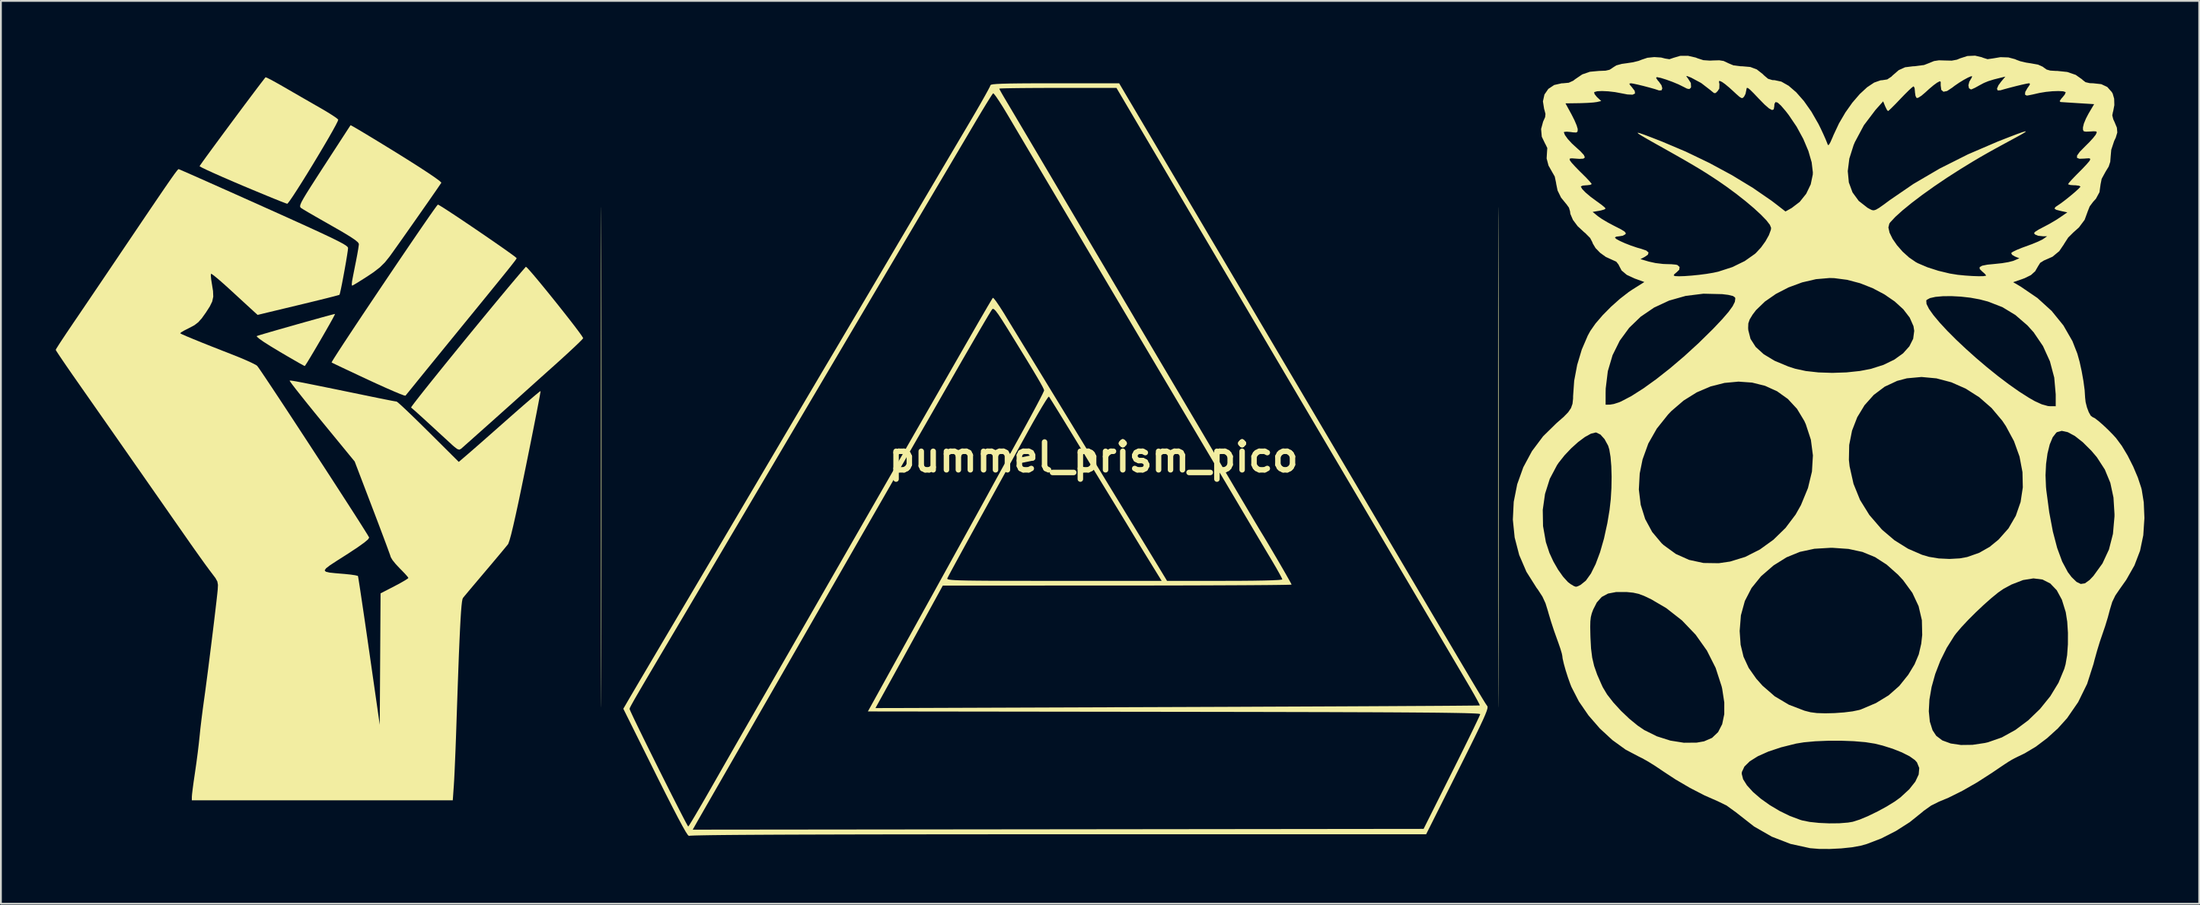
<source format=kicad_pcb>
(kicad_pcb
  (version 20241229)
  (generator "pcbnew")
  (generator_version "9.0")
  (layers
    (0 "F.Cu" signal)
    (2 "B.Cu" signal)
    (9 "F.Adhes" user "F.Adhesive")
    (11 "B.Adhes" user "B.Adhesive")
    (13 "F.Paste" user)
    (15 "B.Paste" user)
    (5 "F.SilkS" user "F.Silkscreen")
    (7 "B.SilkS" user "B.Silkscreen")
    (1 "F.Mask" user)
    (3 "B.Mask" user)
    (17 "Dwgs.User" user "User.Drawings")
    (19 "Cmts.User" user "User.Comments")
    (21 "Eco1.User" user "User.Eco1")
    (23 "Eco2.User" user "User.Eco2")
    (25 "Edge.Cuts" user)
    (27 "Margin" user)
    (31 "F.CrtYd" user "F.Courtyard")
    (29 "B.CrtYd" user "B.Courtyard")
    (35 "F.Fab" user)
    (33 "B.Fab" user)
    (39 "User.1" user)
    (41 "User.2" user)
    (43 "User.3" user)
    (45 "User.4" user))
  (footprint "pummel_prism_pico"
    (layer "F.Cu")
    (at 56.811 22.002)
    (property "Reference" "pummel_prism_pico" (at 0 0 0) (layer "F.SilkS") (effects (font (size 1.524 1.524) (thickness 0.3))))
    (attr board_only exclude_from_pos_files exclude_from_bom)
    (fp_poly (pts (xy -41.522 -7.851) (xy -41.555 -7.775) (xy -41.658 -7.58) (xy -41.817 -7.294) (xy -42.016 -6.944) (xy -42.238 -6.558) (xy -42.468 -6.163) (xy -42.69 -5.786) (xy -42.888 -5.454) (xy -43.046 -5.195) (xy -43.149 -5.035) (xy -43.18 -4.997) (xy -43.263 -5.037) (xy -43.468 -5.151) (xy -43.771 -5.325) (xy -44.149 -5.544) (xy -44.576 -5.795) (xy -45.062 -6.089) (xy -45.436 -6.327) (xy -45.686 -6.504) (xy -45.804 -6.612) (xy -45.803 -6.642) (xy -45.669 -6.685) (xy -45.408 -6.763) (xy -45.046 -6.869) (xy -44.609 -6.995) (xy -44.122 -7.134) (xy -43.612 -7.279) (xy -43.105 -7.422) (xy -42.627 -7.555) (xy -42.204 -7.673) (xy -41.862 -7.766) (xy -41.626 -7.828) (xy -41.524 -7.851)) (stroke (width 0) (type solid)) (fill yes) (layer "F.SilkS"))
    (fp_poly (pts (xy -26.953 -13.658) (xy -26.952 -13.441) (xy -26.95 -13.067) (xy -26.948 -12.531) (xy -26.947 -11.832) (xy -26.945 -11.113) (xy -26.942 -9.471) (xy -26.94 -7.689) (xy -26.938 -5.795) (xy -26.937 -3.818) (xy -26.936 -1.787) (xy -26.936 0.268) (xy -26.937 2.32) (xy -26.937 4.34) (xy -26.939 6.297) (xy -26.941 8.165) (xy -26.943 9.913) (xy -26.945 11.113) (xy -26.947 11.952) (xy -26.949 12.626) (xy -26.95 13.136) (xy -26.952 13.486) (xy -26.954 13.678) (xy -26.955 13.716) (xy -26.957 13.603) (xy -26.958 13.341) (xy -26.959 12.934) (xy -26.961 12.384) (xy -26.962 11.695) (xy -26.963 10.869) (xy -26.964 9.91) (xy -26.965 8.82) (xy -26.965 7.603) (xy -26.966 6.261) (xy -26.966 4.798) (xy -26.967 3.216) (xy -26.967 1.519) (xy -26.967 0) (xy -26.967 -1.793) (xy -26.967 -3.472) (xy -26.966 -5.035) (xy -26.966 -6.48) (xy -26.965 -7.802) (xy -26.964 -9) (xy -26.964 -10.069) (xy -26.963 -11.007) (xy -26.962 -11.812) (xy -26.96 -12.479) (xy -26.959 -13.007) (xy -26.958 -13.392) (xy -26.956 -13.63) (xy -26.955 -13.72)) (stroke (width 0) (type solid)) (fill yes) (layer "F.SilkS"))
    (fp_poly (pts (xy 22.153 -13.658) (xy 22.155 -13.441) (xy 22.157 -13.067) (xy 22.158 -12.531) (xy 22.16 -11.832) (xy 22.161 -11.113) (xy 22.164 -9.471) (xy 22.167 -7.689) (xy 22.168 -5.795) (xy 22.17 -3.818) (xy 22.17 -1.787) (xy 22.17 0.268) (xy 22.17 2.32) (xy 22.169 4.34) (xy 22.168 6.297) (xy 22.166 8.165) (xy 22.164 9.913) (xy 22.161 11.113) (xy 22.16 11.952) (xy 22.158 12.626) (xy 22.156 13.136) (xy 22.155 13.486) (xy 22.153 13.678) (xy 22.151 13.716) (xy 22.15 13.603) (xy 22.149 13.341) (xy 22.147 12.934) (xy 22.146 12.384) (xy 22.145 11.695) (xy 22.144 10.869) (xy 22.143 9.91) (xy 22.142 8.82) (xy 22.141 7.603) (xy 22.141 6.261) (xy 22.14 4.798) (xy 22.14 3.216) (xy 22.14 1.519) (xy 22.14 0) (xy 22.14 -1.793) (xy 22.14 -3.472) (xy 22.14 -5.035) (xy 22.141 -6.48) (xy 22.141 -7.802) (xy 22.142 -9) (xy 22.143 -10.069) (xy 22.144 -11.007) (xy 22.145 -11.812) (xy 22.146 -12.479) (xy 22.147 -13.007) (xy 22.149 -13.392) (xy 22.15 -13.63) (xy 22.152 -13.72)) (stroke (width 0) (type solid)) (fill yes) (layer "F.SilkS"))
    (fp_poly (pts (xy -45.248 -20.792) (xy -45.05 -20.693) (xy -44.762 -20.536) (xy -44.41 -20.337) (xy -44.303 -20.275) (xy -43.814 -19.992) (xy -43.262 -19.673) (xy -42.721 -19.362) (xy -42.346 -19.147) (xy -41.984 -18.935) (xy -41.678 -18.744) (xy -41.458 -18.595) (xy -41.352 -18.505) (xy -41.347 -18.498) (xy -41.379 -18.401) (xy -41.489 -18.183) (xy -41.663 -17.866) (xy -41.888 -17.471) (xy -42.153 -17.019) (xy -42.443 -16.531) (xy -42.746 -16.028) (xy -43.049 -15.533) (xy -43.339 -15.066) (xy -43.604 -14.649) (xy -43.829 -14.303) (xy -44.003 -14.049) (xy -44.112 -13.909) (xy -44.14 -13.888) (xy -44.24 -13.921) (xy -44.476 -14.012) (xy -44.827 -14.153) (xy -45.274 -14.336) (xy -45.797 -14.552) (xy -46.375 -14.794) (xy -46.587 -14.883) (xy -47.175 -15.134) (xy -47.709 -15.366) (xy -48.17 -15.571) (xy -48.54 -15.74) (xy -48.798 -15.864) (xy -48.926 -15.936) (xy -48.936 -15.947) (xy -48.888 -16.022) (xy -48.752 -16.215) (xy -48.542 -16.506) (xy -48.271 -16.877) (xy -47.954 -17.308) (xy -47.605 -17.782) (xy -47.236 -18.28) (xy -46.862 -18.784) (xy -46.497 -19.274) (xy -46.154 -19.732) (xy -45.848 -20.139) (xy -45.591 -20.478) (xy -45.398 -20.728) (xy -45.326 -20.82)) (stroke (width 0) (type solid)) (fill yes) (layer "F.SilkS"))
    (fp_poly (pts (xy -31.014 -10.388) (xy -30.864 -10.225) (xy -30.642 -9.968) (xy -30.363 -9.635) (xy -30.045 -9.248) (xy -29.702 -8.825) (xy -29.35 -8.387) (xy -29.006 -7.952) (xy -28.684 -7.542) (xy -28.401 -7.175) (xy -28.173 -6.871) (xy -28.015 -6.65) (xy -27.943 -6.533) (xy -27.94 -6.522) (xy -28.001 -6.447) (xy -28.171 -6.276) (xy -28.434 -6.025) (xy -28.773 -5.709) (xy -29.171 -5.345) (xy -29.527 -5.024) (xy -29.984 -4.615) (xy -30.417 -4.227) (xy -30.805 -3.878) (xy -31.125 -3.59) (xy -31.357 -3.381) (xy -31.454 -3.293) (xy -31.624 -3.14) (xy -31.884 -2.906) (xy -32.214 -2.611) (xy -32.59 -2.274) (xy -32.99 -1.917) (xy -33.391 -1.559) (xy -33.772 -1.22) (xy -34.109 -0.919) (xy -34.381 -0.678) (xy -34.564 -0.515) (xy -34.629 -0.459) (xy -34.723 -0.414) (xy -34.84 -0.453) (xy -35.02 -0.594) (xy -35.096 -0.662) (xy -35.284 -0.835) (xy -35.562 -1.091) (xy -35.898 -1.399) (xy -36.256 -1.73) (xy -36.355 -1.82) (xy -36.685 -2.123) (xy -36.975 -2.386) (xy -37.2 -2.587) (xy -37.336 -2.704) (xy -37.361 -2.722) (xy -37.32 -2.792) (xy -37.181 -2.978) (xy -36.957 -3.268) (xy -36.659 -3.646) (xy -36.297 -4.1) (xy -35.883 -4.615) (xy -35.428 -5.179) (xy -34.943 -5.776) (xy -34.44 -6.394) (xy -33.929 -7.019) (xy -33.421 -7.637) (xy -32.929 -8.234) (xy -32.463 -8.797) (xy -32.034 -9.312) (xy -31.654 -9.764) (xy -31.333 -10.142) (xy -31.083 -10.429) (xy -31.076 -10.437)) (stroke (width 0) (type solid)) (fill yes) (layer "F.SilkS"))
    (fp_poly (pts (xy -35.801 -13.797) (xy -35.594 -13.669) (xy -35.292 -13.474) (xy -34.914 -13.225) (xy -34.482 -12.936) (xy -34.018 -12.623) (xy -33.541 -12.298) (xy -33.073 -11.977) (xy -32.634 -11.673) (xy -32.246 -11.402) (xy -31.929 -11.176) (xy -31.704 -11.011) (xy -31.593 -10.92) (xy -31.584 -10.908) (xy -31.589 -10.889) (xy -31.61 -10.851) (xy -31.656 -10.785) (xy -31.735 -10.681) (xy -31.853 -10.529) (xy -32.019 -10.32) (xy -32.241 -10.044) (xy -32.527 -9.69) (xy -32.885 -9.25) (xy -33.321 -8.713) (xy -33.845 -8.07) (xy -34.465 -7.31) (xy -34.833 -6.858) (xy -35.279 -6.311) (xy -35.718 -5.772) (xy -36.131 -5.264) (xy -36.499 -4.812) (xy -36.803 -4.437) (xy -37.025 -4.164) (xy -37.071 -4.106) (xy -37.304 -3.818) (xy -37.499 -3.578) (xy -37.629 -3.419) (xy -37.668 -3.371) (xy -37.756 -3.39) (xy -37.975 -3.473) (xy -38.305 -3.611) (xy -38.726 -3.795) (xy -39.217 -4.016) (xy -39.703 -4.241) (xy -40.238 -4.491) (xy -40.721 -4.718) (xy -41.13 -4.911) (xy -41.445 -5.061) (xy -41.645 -5.158) (xy -41.711 -5.191) (xy -41.673 -5.267) (xy -41.549 -5.468) (xy -41.35 -5.779) (xy -41.085 -6.186) (xy -40.763 -6.675) (xy -40.396 -7.23) (xy -39.992 -7.837) (xy -39.561 -8.481) (xy -39.114 -9.148) (xy -38.66 -9.823) (xy -38.209 -10.492) (xy -37.771 -11.139) (xy -37.356 -11.75) (xy -36.974 -12.31) (xy -36.633 -12.806) (xy -36.346 -13.221) (xy -36.12 -13.542) (xy -35.966 -13.754) (xy -35.895 -13.841) (xy -35.892 -13.843)) (stroke (width 0) (type solid)) (fill yes) (layer "F.SilkS"))
    (fp_poly (pts (xy -40.598 -18.156) (xy -40.396 -18.041) (xy -40.083 -17.856) (xy -39.676 -17.611) (xy -39.191 -17.317) (xy -38.646 -16.983) (xy -38.149 -16.677) (xy -37.475 -16.256) (xy -36.895 -15.887) (xy -36.419 -15.575) (xy -36.056 -15.328) (xy -35.816 -15.152) (xy -35.709 -15.053) (xy -35.705 -15.037) (xy -35.778 -14.928) (xy -35.932 -14.702) (xy -36.153 -14.383) (xy -36.425 -13.991) (xy -36.733 -13.551) (xy -37.06 -13.083) (xy -37.392 -12.61) (xy -37.712 -12.155) (xy -38.006 -11.738) (xy -38.258 -11.384) (xy -38.451 -11.113) (xy -38.539 -10.992) (xy -38.791 -10.678) (xy -39.063 -10.409) (xy -39.404 -10.144) (xy -39.747 -9.913) (xy -40.07 -9.707) (xy -40.338 -9.54) (xy -40.522 -9.431) (xy -40.589 -9.398) (xy -40.607 -9.471) (xy -40.589 -9.648) (xy -40.585 -9.673) (xy -40.546 -9.879) (xy -40.484 -10.196) (xy -40.41 -10.569) (xy -40.375 -10.741) (xy -40.306 -11.103) (xy -40.252 -11.414) (xy -40.221 -11.629) (xy -40.217 -11.687) (xy -40.266 -11.772) (xy -40.421 -11.903) (xy -40.692 -12.086) (xy -41.091 -12.329) (xy -41.63 -12.639) (xy -41.72 -12.69) (xy -42.185 -12.955) (xy -42.608 -13.197) (xy -42.964 -13.403) (xy -43.226 -13.558) (xy -43.37 -13.648) (xy -43.381 -13.656) (xy -43.421 -13.696) (xy -43.436 -13.753) (xy -43.418 -13.843) (xy -43.358 -13.982) (xy -43.248 -14.184) (xy -43.079 -14.466) (xy -42.842 -14.842) (xy -42.53 -15.329) (xy -42.135 -15.941) (xy -42.118 -15.966) (xy -41.766 -16.51) (xy -41.443 -17.007) (xy -41.163 -17.439) (xy -40.935 -17.79) (xy -40.772 -18.041) (xy -40.684 -18.174) (xy -40.672 -18.192)) (stroke (width 0) (type solid)) (fill yes) (layer "F.SilkS"))
    (fp_poly (pts (xy -49.997 -15.751) (xy -49.77 -15.652) (xy -49.416 -15.497) (xy -48.949 -15.29) (xy -48.382 -15.038) (xy -47.728 -14.746) (xy -47.001 -14.422) (xy -46.216 -14.07) (xy -45.416 -13.711) (xy -44.443 -13.274) (xy -43.614 -12.899) (xy -42.917 -12.582) (xy -42.343 -12.317) (xy -41.879 -12.099) (xy -41.516 -11.923) (xy -41.241 -11.783) (xy -41.044 -11.674) (xy -40.914 -11.591) (xy -40.84 -11.527) (xy -40.811 -11.479) (xy -40.809 -11.465) (xy -40.824 -11.322) (xy -40.863 -11.06) (xy -40.92 -10.715) (xy -40.989 -10.322) (xy -41.063 -9.918) (xy -41.135 -9.538) (xy -41.2 -9.218) (xy -41.25 -8.994) (xy -41.278 -8.901) (xy -41.366 -8.873) (xy -41.598 -8.811) (xy -41.95 -8.721) (xy -42.403 -8.609) (xy -42.933 -8.479) (xy -43.52 -8.337) (xy -43.537 -8.333) (xy -45.762 -7.799) (xy -46.016 -8.032) (xy -46.167 -8.17) (xy -46.413 -8.396) (xy -46.727 -8.685) (xy -47.08 -9.01) (xy -47.267 -9.182) (xy -47.606 -9.489) (xy -47.902 -9.747) (xy -48.132 -9.937) (xy -48.275 -10.041) (xy -48.31 -10.054) (xy -48.321 -9.952) (xy -48.301 -9.736) (xy -48.266 -9.518) (xy -48.2 -9.106) (xy -48.188 -8.798) (xy -48.243 -8.537) (xy -48.377 -8.261) (xy -48.587 -7.934) (xy -48.816 -7.612) (xy -49.011 -7.394) (xy -49.221 -7.233) (xy -49.495 -7.086) (xy -49.517 -7.076) (xy -49.771 -6.947) (xy -49.943 -6.845) (xy -50 -6.791) (xy -49.999 -6.791) (xy -49.898 -6.737) (xy -49.656 -6.63) (xy -49.291 -6.478) (xy -48.821 -6.286) (xy -48.261 -6.063) (xy -47.631 -5.815) (xy -47.244 -5.664) (xy -46.794 -5.485) (xy -46.393 -5.315) (xy -46.071 -5.168) (xy -45.857 -5.058) (xy -45.789 -5.012) (xy -45.715 -4.914) (xy -45.56 -4.689) (xy -45.333 -4.352) (xy -45.044 -3.919) (xy -44.702 -3.403) (xy -44.316 -2.818) (xy -43.897 -2.18) (xy -43.454 -1.503) (xy -42.995 -0.801) (xy -42.531 -0.089) (xy -42.07 0.619) (xy -41.624 1.307) (xy -41.2 1.963) (xy -40.808 2.57) (xy -40.458 3.115) (xy -40.159 3.583) (xy -39.922 3.959) (xy -39.754 4.229) (xy -39.666 4.379) (xy -39.654 4.403) (xy -39.715 4.501) (xy -39.923 4.677) (xy -40.279 4.932) (xy -40.784 5.266) (xy -40.952 5.374) (xy -41.445 5.688) (xy -41.799 5.92) (xy -42.014 6.086) (xy -42.09 6.198) (xy -42.028 6.271) (xy -41.829 6.319) (xy -41.494 6.355) (xy -41.023 6.394) (xy -40.999 6.396) (xy -40.674 6.429) (xy -40.421 6.466) (xy -40.282 6.499) (xy -40.268 6.508) (xy -40.25 6.6) (xy -40.211 6.844) (xy -40.152 7.222) (xy -40.078 7.718) (xy -39.989 8.316) (xy -39.888 9) (xy -39.779 9.753) (xy -39.663 10.558) (xy -39.655 10.61) (xy -39.074 14.659) (xy -39.03 7.458) (xy -38.268 7.065) (xy -37.95 6.895) (xy -37.696 6.749) (xy -37.541 6.648) (xy -37.507 6.614) (xy -37.563 6.531) (xy -37.712 6.364) (xy -37.923 6.146) (xy -37.967 6.102) (xy -38.196 5.859) (xy -38.375 5.638) (xy -38.468 5.482) (xy -38.472 5.47) (xy -38.512 5.349) (xy -38.606 5.091) (xy -38.744 4.715) (xy -38.921 4.243) (xy -39.127 3.695) (xy -39.356 3.092) (xy -39.482 2.762) (xy -40.447 0.233) (xy -42.247 -1.963) (xy -42.673 -2.485) (xy -43.061 -2.965) (xy -43.398 -3.388) (xy -43.674 -3.737) (xy -43.874 -3.998) (xy -43.987 -4.155) (xy -44.008 -4.196) (xy -43.984 -4.201) (xy -43.924 -4.198) (xy -43.813 -4.182) (xy -43.64 -4.153) (xy -43.392 -4.106) (xy -43.054 -4.04) (xy -42.615 -3.952) (xy -42.062 -3.84) (xy -41.381 -3.701) (xy -40.56 -3.532) (xy -39.624 -3.339) (xy -39.156 -3.243) (xy -38.746 -3.161) (xy -38.421 -3.097) (xy -38.211 -3.059) (xy -38.147 -3.049) (xy -38.069 -2.991) (xy -37.887 -2.829) (xy -37.618 -2.577) (xy -37.278 -2.251) (xy -36.883 -1.866) (xy -36.45 -1.438) (xy -36.408 -1.397) (xy -34.749 0.255) (xy -34.278 -0.148) (xy -34.088 -0.313) (xy -33.793 -0.57) (xy -33.416 -0.901) (xy -32.98 -1.285) (xy -32.507 -1.703) (xy -32.053 -2.104) (xy -31.596 -2.507) (xy -31.181 -2.87) (xy -30.824 -3.177) (xy -30.544 -3.415) (xy -30.354 -3.57) (xy -30.273 -3.628) (xy -30.272 -3.628) (xy -30.283 -3.542) (xy -30.324 -3.305) (xy -30.394 -2.935) (xy -30.488 -2.447) (xy -30.604 -1.857) (xy -30.738 -1.181) (xy -30.887 -0.435) (xy -31.049 0.365) (xy -31.073 0.484) (xy -31.289 1.538) (xy -31.475 2.432) (xy -31.635 3.171) (xy -31.769 3.764) (xy -31.878 4.215) (xy -31.965 4.531) (xy -32.03 4.719) (xy -32.058 4.772) (xy -32.161 4.898) (xy -32.353 5.131) (xy -32.615 5.445) (xy -32.928 5.818) (xy -33.273 6.226) (xy -33.316 6.277) (xy -33.658 6.682) (xy -33.968 7.049) (xy -34.226 7.356) (xy -34.414 7.581) (xy -34.514 7.702) (xy -34.52 7.711) (xy -34.547 7.779) (xy -34.573 7.921) (xy -34.599 8.146) (xy -34.625 8.462) (xy -34.652 8.88) (xy -34.68 9.407) (xy -34.71 10.053) (xy -34.743 10.827) (xy -34.777 11.739) (xy -34.815 12.796) (xy -34.857 14.009) (xy -34.881 14.732) (xy -34.904 15.405) (xy -34.929 16.068) (xy -34.955 16.689) (xy -34.979 17.236) (xy -35.001 17.677) (xy -35.019 17.971) (xy -35.077 18.796) (xy -49.361 18.796) (xy -49.36 18.605) (xy -49.348 18.454) (xy -49.314 18.172) (xy -49.264 17.797) (xy -49.201 17.368) (xy -49.187 17.272) (xy -49.112 16.751) (xy -49.039 16.196) (xy -48.977 15.675) (xy -48.935 15.282) (xy -48.892 14.861) (xy -48.83 14.339) (xy -48.759 13.782) (xy -48.687 13.256) (xy -48.686 13.25) (xy -48.63 12.845) (xy -48.561 12.324) (xy -48.482 11.718) (xy -48.398 11.054) (xy -48.311 10.361) (xy -48.225 9.668) (xy -48.144 9.004) (xy -48.072 8.397) (xy -48.011 7.877) (xy -47.966 7.471) (xy -47.943 7.239) (xy -47.931 6.993) (xy -47.964 6.809) (xy -48.065 6.624) (xy -48.239 6.392) (xy -48.398 6.182) (xy -48.631 5.865) (xy -48.912 5.473) (xy -49.219 5.041) (xy -49.46 4.699) (xy -49.713 4.336) (xy -50.046 3.859) (xy -50.441 3.293) (xy -50.881 2.661) (xy -51.35 1.989) (xy -51.829 1.302) (xy -52.302 0.623) (xy -52.324 0.593) (xy -52.817 -0.115) (xy -53.337 -0.86) (xy -53.861 -1.611) (xy -54.37 -2.339) (xy -54.841 -3.013) (xy -55.255 -3.605) (xy -55.556 -4.036) (xy -55.895 -4.521) (xy -56.199 -4.961) (xy -56.455 -5.336) (xy -56.651 -5.628) (xy -56.774 -5.817) (xy -56.811 -5.884) (xy -56.766 -5.968) (xy -56.639 -6.17) (xy -56.445 -6.467) (xy -56.198 -6.839) (xy -55.912 -7.262) (xy -55.852 -7.352) (xy -55.563 -7.776) (xy -55.201 -8.311) (xy -54.785 -8.926) (xy -54.335 -9.591) (xy -53.873 -10.276) (xy -53.418 -10.95) (xy -53.209 -11.261) (xy -52.588 -12.181) (xy -52.055 -12.971) (xy -51.603 -13.639) (xy -51.225 -14.196) (xy -50.915 -14.651) (xy -50.666 -15.013) (xy -50.472 -15.292) (xy -50.325 -15.499) (xy -50.219 -15.641) (xy -50.148 -15.73) (xy -50.104 -15.775) (xy -50.083 -15.785)) (stroke (width 0) (type solid)) (fill yes) (layer "F.SilkS"))
    (fp_poly (pts (xy 2.659 -18.352) (xy 3.045 -17.698) (xy 3.461 -16.992) (xy 3.882 -16.277) (xy 4.285 -15.594) (xy 4.645 -14.985) (xy 4.869 -14.605) (xy 5.203 -14.038) (xy 5.595 -13.374) (xy 6.014 -12.663) (xy 6.431 -11.956) (xy 6.818 -11.301) (xy 6.917 -11.134) (xy 7.271 -10.534) (xy 7.684 -9.833) (xy 8.131 -9.076) (xy 8.584 -8.307) (xy 9.016 -7.572) (xy 9.312 -7.07) (xy 9.711 -6.393) (xy 10.147 -5.652) (xy 10.596 -4.891) (xy 11.03 -4.155) (xy 11.425 -3.486) (xy 11.683 -3.048) (xy 11.915 -2.655) (xy 12.222 -2.134) (xy 12.594 -1.504) (xy 13.02 -0.781) (xy 13.489 0.016) (xy 13.992 0.868) (xy 14.516 1.758) (xy 15.052 2.668) (xy 15.589 3.58) (xy 15.749 3.852) (xy 16.57 5.248) (xy 17.31 6.504) (xy 17.973 7.629) (xy 18.562 8.63) (xy 19.083 9.513) (xy 19.54 10.287) (xy 19.936 10.958) (xy 20.277 11.534) (xy 20.566 12.022) (xy 20.808 12.429) (xy 21.007 12.762) (xy 21.168 13.029) (xy 21.294 13.237) (xy 21.39 13.393) (xy 21.46 13.504) (xy 21.509 13.578) (xy 21.54 13.621) (xy 21.549 13.631) (xy 21.566 13.68) (xy 21.556 13.77) (xy 21.513 13.912) (xy 21.431 14.121) (xy 21.305 14.407) (xy 21.128 14.784) (xy 20.896 15.265) (xy 20.602 15.862) (xy 20.241 16.588) (xy 19.93 17.209) (xy 18.201 20.659) (xy -1.932 20.659) (xy -4.417 20.659) (xy -6.733 20.66) (xy -8.883 20.662) (xy -10.867 20.664) (xy -12.686 20.667) (xy -14.341 20.671) (xy -15.834 20.675) (xy -17.166 20.68) (xy -18.338 20.686) (xy -19.35 20.692) (xy -20.205 20.699) (xy -20.903 20.707) (xy -21.446 20.716) (xy -21.834 20.725) (xy -22.069 20.735) (xy -22.151 20.746) (xy -22.206 20.704) (xy -22.323 20.528) (xy -22.393 20.405) (xy -21.943 20.405) (xy -1.94 20.384) (xy 18.063 20.362) (xy 19.609 17.272) (xy 19.945 16.6) (xy 20.255 15.973) (xy 20.533 15.408) (xy 20.769 14.922) (xy 20.957 14.53) (xy 21.089 14.25) (xy 21.155 14.097) (xy 21.161 14.076) (xy 21.132 14.063) (xy 21.037 14.051) (xy 20.872 14.04) (xy 20.63 14.03) (xy 20.306 14.02) (xy 19.894 14.012) (xy 19.387 14.004) (xy 18.78 13.996) (xy 18.068 13.99) (xy 17.243 13.984) (xy 16.3 13.978) (xy 15.234 13.973) (xy 14.038 13.969) (xy 12.706 13.964) (xy 11.233 13.961) (xy 9.613 13.957) (xy 7.839 13.954) (xy 5.906 13.951) (xy 4.406 13.949) (xy -12.356 13.928) (xy -12.254 13.744) (xy -11.941 13.744) (xy 4.587 13.686) (xy 6.247 13.68) (xy 7.861 13.674) (xy 9.423 13.667) (xy 10.922 13.661) (xy 12.351 13.655) (xy 13.703 13.649) (xy 14.968 13.643) (xy 16.139 13.637) (xy 17.207 13.631) (xy 18.165 13.626) (xy 19.005 13.621) (xy 19.717 13.616) (xy 20.295 13.611) (xy 20.73 13.607) (xy 21.013 13.603) (xy 21.137 13.6) (xy 21.142 13.599) (xy 21.111 13.521) (xy 21.007 13.322) (xy 20.845 13.029) (xy 20.638 12.667) (xy 20.503 12.437) (xy 20.139 11.817) (xy 19.699 11.071) (xy 19.197 10.219) (xy 18.644 9.279) (xy 18.051 8.273) (xy 17.43 7.218) (xy 16.792 6.137) (xy 16.15 5.047) (xy 15.514 3.968) (xy 14.896 2.921) (xy 14.309 1.924) (xy 14.073 1.524) (xy 13.804 1.069) (xy 13.467 0.496) (xy 13.076 -0.166) (xy 12.65 -0.889) (xy 12.204 -1.645) (xy 11.756 -2.406) (xy 11.321 -3.144) (xy 11.303 -3.175) (xy 10.584 -4.395) (xy 9.869 -5.608) (xy 9.17 -6.795) (xy 8.495 -7.94) (xy 7.856 -9.025) (xy 7.262 -10.032) (xy 6.724 -10.944) (xy 6.253 -11.744) (xy 5.889 -12.361) (xy 5.676 -12.722) (xy 5.392 -13.204) (xy 5.049 -13.786) (xy 4.662 -14.443) (xy 4.244 -15.153) (xy 3.81 -15.891) (xy 3.372 -16.634) (xy 3.183 -16.954) (xy 1.251 -20.235) (xy -1.957 -20.235) (xy -2.675 -20.234) (xy -3.337 -20.231) (xy -3.925 -20.227) (xy -4.42 -20.221) (xy -4.803 -20.214) (xy -5.057 -20.206) (xy -5.163 -20.197) (xy -5.165 -20.196) (xy -5.124 -20.11) (xy -5.016 -19.916) (xy -4.86 -19.649) (xy -4.795 -19.54) (xy -4.695 -19.372) (xy -4.517 -19.072) (xy -4.27 -18.655) (xy -3.962 -18.134) (xy -3.602 -17.526) (xy -3.198 -16.843) (xy -2.759 -16.099) (xy -2.293 -15.31) (xy -1.809 -14.49) (xy -1.314 -13.652) (xy -0.818 -12.812) (xy -0.328 -11.983) (xy 0.146 -11.179) (xy 0.597 -10.416) (xy 1.015 -9.707) (xy 1.393 -9.066) (xy 1.721 -8.508) (xy 1.993 -8.048) (xy 2.198 -7.699) (xy 2.244 -7.62) (xy 2.43 -7.303) (xy 2.685 -6.872) (xy 2.99 -6.355) (xy 3.328 -5.783) (xy 3.68 -5.187) (xy 3.994 -4.657) (xy 4.322 -4.102) (xy 4.717 -3.433) (xy 5.161 -2.681) (xy 5.636 -1.877) (xy 6.121 -1.054) (xy 6.6 -0.241) (xy 7.053 0.528) (xy 7.066 0.55) (xy 7.465 1.228) (xy 7.846 1.874) (xy 8.198 2.469) (xy 8.51 2.997) (xy 8.772 3.441) (xy 8.975 3.782) (xy 9.107 4.003) (xy 9.144 4.064) (xy 9.333 4.375) (xy 9.557 4.75) (xy 9.8 5.163) (xy 10.049 5.587) (xy 10.287 5.996) (xy 10.5 6.366) (xy 10.672 6.67) (xy 10.79 6.882) (xy 10.837 6.977) (xy 10.837 6.978) (xy 10.754 6.985) (xy 10.513 6.991) (xy 10.123 6.997) (xy 9.597 7.003) (xy 8.943 7.008) (xy 8.174 7.013) (xy 7.299 7.017) (xy 6.33 7.021) (xy 5.276 7.025) (xy 4.15 7.027) (xy 2.961 7.029) (xy 1.72 7.03) (xy 1.291 7.03) (xy -8.255 7.033) (xy -9.398 9.12) (xy -9.742 9.748) (xy -10.103 10.405) (xy -10.458 11.053) (xy -10.789 11.655) (xy -11.074 12.173) (xy -11.241 12.475) (xy -11.941 13.744) (xy -12.254 13.744) (xy -9.221 8.255) (xy -8.71 7.331) (xy -8.329 6.64) (xy -8.01 6.64) (xy -8.008 6.666) (xy -7.973 6.688) (xy -7.894 6.707) (xy -7.759 6.723) (xy -7.556 6.737) (xy -7.276 6.747) (xy -6.905 6.756) (xy -6.433 6.762) (xy -5.849 6.767) (xy -5.14 6.77) (xy -4.296 6.772) (xy -3.306 6.773) (xy -2.169 6.773) (xy 3.724 6.773) (xy 3.034 5.652) (xy 2.774 5.229) (xy 2.526 4.824) (xy 2.314 4.475) (xy 2.158 4.218) (xy 2.116 4.149) (xy 2.003 3.962) (xy 1.819 3.658) (xy 1.581 3.267) (xy 1.306 2.815) (xy 1.01 2.33) (xy 0.931 2.201) (xy 0.633 1.713) (xy 0.351 1.25) (xy 0.101 0.84) (xy -0.099 0.511) (xy -0.232 0.29) (xy -0.254 0.254) (xy -0.512 -0.174) (xy -0.797 -0.646) (xy -1.096 -1.137) (xy -1.395 -1.628) (xy -1.681 -2.096) (xy -1.941 -2.518) (xy -2.161 -2.873) (xy -2.327 -3.139) (xy -2.426 -3.294) (xy -2.448 -3.324) (xy -2.502 -3.27) (xy -2.626 -3.085) (xy -2.809 -2.788) (xy -3.04 -2.396) (xy -3.308 -1.928) (xy -3.601 -1.402) (xy -3.638 -1.334) (xy -3.956 -0.757) (xy -4.336 -0.067) (xy -4.759 0.701) (xy -5.206 1.512) (xy -5.657 2.331) (xy -6.093 3.122) (xy -6.364 3.613) (xy -6.719 4.258) (xy -7.049 4.86) (xy -7.345 5.401) (xy -7.598 5.866) (xy -7.799 6.237) (xy -7.937 6.497) (xy -8.006 6.63) (xy -8.01 6.64) (xy -8.329 6.64) (xy -8.215 6.434) (xy -7.743 5.579) (xy -7.301 4.778) (xy -6.896 4.045) (xy -6.537 3.393) (xy -6.23 2.836) (xy -5.983 2.387) (xy -5.803 2.059) (xy -5.698 1.865) (xy -5.696 1.863) (xy -5.556 1.605) (xy -5.347 1.224) (xy -5.085 0.747) (xy -4.783 0.198) (xy -4.454 -0.396) (xy -4.115 -1.01) (xy -4.008 -1.203) (xy -3.69 -1.781) (xy -3.4 -2.315) (xy -3.148 -2.785) (xy -2.944 -3.173) (xy -2.798 -3.46) (xy -2.72 -3.628) (xy -2.709 -3.661) (xy -2.731 -3.732) (xy -2.801 -3.875) (xy -2.924 -4.098) (xy -3.107 -4.413) (xy -3.354 -4.828) (xy -3.673 -5.354) (xy -4.069 -6) (xy -4.547 -6.776) (xy -4.719 -7.055) (xy -4.998 -7.498) (xy -5.204 -7.812) (xy -5.352 -8.011) (xy -5.453 -8.112) (xy -5.521 -8.131) (xy -5.548 -8.113) (xy -5.611 -8.018) (xy -5.749 -7.791) (xy -5.952 -7.449) (xy -6.212 -7.006) (xy -6.519 -6.478) (xy -6.864 -5.881) (xy -7.239 -5.231) (xy -7.495 -4.784) (xy -7.936 -4.014) (xy -8.397 -3.209) (xy -8.862 -2.398) (xy -9.313 -1.611) (xy -9.734 -0.877) (xy -10.107 -0.227) (xy -10.416 0.311) (xy -10.456 0.381) (xy -10.919 1.186) (xy -11.454 2.119) (xy -12.05 3.158) (xy -12.697 4.283) (xy -13.381 5.476) (xy -14.091 6.715) (xy -14.817 7.98) (xy -15.547 9.252) (xy -16.268 10.51) (xy -16.383 10.71) (xy -16.782 11.405) (xy -17.243 12.209) (xy -17.746 13.086) (xy -18.271 13.999) (xy -18.794 14.911) (xy -19.296 15.784) (xy -19.713 16.51) (xy -20.105 17.193) (xy -20.478 17.843) (xy -20.822 18.442) (xy -21.126 18.972) (xy -21.381 19.417) (xy -21.577 19.759) (xy -21.704 19.981) (xy -21.74 20.045) (xy -21.943 20.405) (xy -22.393 20.405) (xy -22.502 20.214) (xy -22.746 19.76) (xy -23.056 19.162) (xy -23.435 18.417) (xy -23.883 17.523) (xy -23.99 17.307) (xy -25.736 13.792) (xy -25.4 13.792) (xy -25.364 13.886) (xy -25.261 14.11) (xy -25.102 14.446) (xy -24.895 14.873) (xy -24.651 15.373) (xy -24.378 15.927) (xy -24.086 16.516) (xy -23.786 17.12) (xy -23.485 17.721) (xy -23.195 18.299) (xy -22.923 18.836) (xy -22.68 19.312) (xy -22.476 19.709) (xy -22.32 20.007) (xy -22.22 20.187) (xy -22.189 20.233) (xy -22.136 20.162) (xy -22.011 19.961) (xy -21.824 19.65) (xy -21.587 19.245) (xy -21.308 18.766) (xy -21.001 18.23) (xy -20.9 18.053) (xy -20.509 17.368) (xy -20.076 16.61) (xy -19.629 15.827) (xy -19.193 15.066) (xy -18.796 14.374) (xy -18.564 13.97) (xy -18.285 13.484) (xy -17.936 12.878) (xy -17.534 12.177) (xy -17.094 11.41) (xy -16.63 10.602) (xy -16.159 9.78) (xy -15.694 8.971) (xy -15.453 8.551) (xy -14.989 7.742) (xy -14.501 6.89) (xy -14.005 6.026) (xy -13.519 5.179) (xy -13.059 4.377) (xy -12.642 3.651) (xy -12.285 3.029) (xy -12.15 2.794) (xy -11.793 2.172) (xy -11.372 1.439) (xy -10.91 0.633) (xy -10.425 -0.211) (xy -9.941 -1.056) (xy -9.477 -1.865) (xy -9.187 -2.371) (xy -8.768 -3.1) (xy -8.332 -3.86) (xy -7.896 -4.62) (xy -7.478 -5.349) (xy -7.095 -6.017) (xy -6.764 -6.593) (xy -6.539 -6.985) (xy -6.26 -7.471) (xy -6.007 -7.907) (xy -5.794 -8.273) (xy -5.632 -8.546) (xy -5.535 -8.706) (xy -5.514 -8.738) (xy -5.454 -8.691) (xy -5.325 -8.523) (xy -5.143 -8.256) (xy -4.926 -7.916) (xy -4.834 -7.764) (xy -4.561 -7.315) (xy -4.233 -6.778) (xy -3.886 -6.209) (xy -3.554 -5.665) (xy -3.429 -5.461) (xy -3.213 -5.107) (xy -2.923 -4.633) (xy -2.574 -4.06) (xy -2.18 -3.414) (xy -1.755 -2.717) (xy -1.314 -1.993) (xy -0.871 -1.265) (xy -0.719 -1.016) (xy -0.271 -0.279) (xy 0.188 0.473) (xy 0.64 1.217) (xy 1.071 1.925) (xy 1.466 2.572) (xy 1.807 3.133) (xy 2.081 3.582) (xy 2.143 3.683) (xy 2.458 4.201) (xy 2.779 4.729) (xy 3.082 5.227) (xy 3.344 5.659) (xy 3.542 5.985) (xy 3.545 5.99) (xy 4.019 6.773) (xy 7.174 6.773) (xy 8.001 6.771) (xy 8.721 6.765) (xy 9.321 6.755) (xy 9.792 6.742) (xy 10.122 6.725) (xy 10.3 6.706) (xy 10.329 6.693) (xy 10.288 6.595) (xy 10.174 6.381) (xy 10.004 6.078) (xy 9.792 5.716) (xy 9.706 5.571) (xy 9.479 5.192) (xy 9.189 4.703) (xy 8.855 4.142) (xy 8.502 3.546) (xy 8.149 2.95) (xy 7.982 2.667) (xy 7.708 2.203) (xy 7.362 1.619) (xy 6.959 0.938) (xy 6.514 0.186) (xy 6.04 -0.614) (xy 5.554 -1.435) (xy 5.069 -2.254) (xy 4.698 -2.879) (xy 4.226 -3.676) (xy 3.741 -4.494) (xy 3.259 -5.308) (xy 2.794 -6.093) (xy 2.36 -6.825) (xy 1.973 -7.479) (xy 1.645 -8.032) (xy 1.438 -8.382) (xy 1.167 -8.839) (xy 0.825 -9.416) (xy 0.426 -10.09) (xy -0.015 -10.835) (xy -0.485 -11.628) (xy -0.967 -12.443) (xy -1.449 -13.255) (xy -1.797 -13.843) (xy -2.251 -14.61) (xy -2.705 -15.375) (xy -3.144 -16.118) (xy -3.558 -16.817) (xy -3.933 -17.452) (xy -4.258 -18.001) (xy -4.52 -18.445) (xy -4.691 -18.734) (xy -4.936 -19.141) (xy -5.155 -19.487) (xy -5.332 -19.75) (xy -5.453 -19.907) (xy -5.499 -19.941) (xy -5.562 -19.858) (xy -5.696 -19.651) (xy -5.888 -19.342) (xy -6.124 -18.953) (xy -6.391 -18.506) (xy -6.482 -18.352) (xy -6.787 -17.835) (xy -7.153 -17.215) (xy -7.556 -16.533) (xy -7.971 -15.83) (xy -8.373 -15.15) (xy -8.619 -14.735) (xy -8.997 -14.095) (xy -9.435 -13.354) (xy -9.906 -12.555) (xy -10.386 -11.743) (xy -10.846 -10.962) (xy -11.243 -10.29) (xy -11.649 -9.6) (xy -12.089 -8.854) (xy -12.538 -8.093) (xy -12.973 -7.356) (xy -13.37 -6.683) (xy -13.705 -6.115) (xy -13.716 -6.096) (xy -14.632 -4.544) (xy -15.467 -3.128) (xy -16.227 -1.84) (xy -16.917 -0.67) (xy -17.542 0.391) (xy -18.109 1.351) (xy -18.622 2.221) (xy -19.087 3.01) (xy -19.509 3.726) (xy -19.894 4.378) (xy -20.124 4.769) (xy -20.54 5.475) (xy -21 6.254) (xy -21.476 7.062) (xy -21.944 7.853) (xy -22.375 8.584) (xy -22.722 9.171) (xy -23.272 10.101) (xy -23.742 10.896) (xy -24.137 11.567) (xy -24.466 12.125) (xy -24.732 12.579) (xy -24.943 12.942) (xy -25.106 13.223) (xy -25.225 13.434) (xy -25.308 13.584) (xy -25.361 13.686) (xy -25.389 13.749) (xy -25.399 13.784) (xy -25.4 13.792) (xy -25.736 13.792) (xy -25.742 13.781) (xy -25.416 13.219) (xy -25.296 13.014) (xy -25.102 12.684) (xy -24.847 12.25) (xy -24.543 11.735) (xy -24.204 11.159) (xy -23.84 10.543) (xy -23.539 10.033) (xy -23.119 9.323) (xy -22.673 8.567) (xy -22.22 7.801) (xy -21.782 7.059) (xy -21.38 6.378) (xy -21.034 5.793) (xy -20.913 5.588) (xy -20.656 5.154) (xy -20.327 4.596) (xy -19.938 3.936) (xy -19.502 3.197) (xy -19.033 2.401) (xy -18.542 1.57) (xy -18.045 0.726) (xy -17.553 -0.108) (xy -17.442 -0.296) (xy -16.972 -1.095) (xy -16.507 -1.882) (xy -16.059 -2.641) (xy -15.64 -3.352) (xy -15.258 -3.998) (xy -14.926 -4.561) (xy -14.654 -5.021) (xy -14.452 -5.361) (xy -14.393 -5.461) (xy -14.226 -5.742) (xy -13.983 -6.152) (xy -13.676 -6.672) (xy -13.314 -7.285) (xy -12.907 -7.974) (xy -12.467 -8.72) (xy -12.003 -9.505) (xy -11.527 -10.313) (xy -11.243 -10.795) (xy -10.646 -11.808) (xy -10.126 -12.689) (xy -9.676 -13.453) (xy -9.287 -14.113) (xy -8.95 -14.684) (xy -8.658 -15.179) (xy -8.403 -15.613) (xy -8.174 -15.999) (xy -7.966 -16.353) (xy -7.768 -16.687) (xy -7.574 -17.017) (xy -7.374 -17.356) (xy -7.16 -17.718) (xy -6.924 -18.117) (xy -6.748 -18.415) (xy -6.449 -18.925) (xy -6.181 -19.39) (xy -5.955 -19.79) (xy -5.783 -20.103) (xy -5.676 -20.308) (xy -5.646 -20.384) (xy -5.611 -20.411) (xy -5.5 -20.433) (xy -5.299 -20.451) (xy -4.996 -20.465) (xy -4.578 -20.476) (xy -4.034 -20.483) (xy -3.351 -20.487) (xy -2.516 -20.489) (xy -2.123 -20.489) (xy 1.398 -20.489)) (stroke (width 0) (type solid)) (fill yes) (layer "F.SilkS"))
    (fp_poly (pts (xy 48.627 -21.913) (xy 48.677 -21.889) (xy 48.931 -21.81) (xy 49.202 -21.847) (xy 49.637 -21.92) (xy 50.072 -21.906) (xy 50.439 -21.809) (xy 50.487 -21.785) (xy 50.72 -21.698) (xy 51.042 -21.622) (xy 51.291 -21.584) (xy 51.693 -21.512) (xy 51.957 -21.394) (xy 52.017 -21.346) (xy 52.166 -21.241) (xy 52.364 -21.185) (xy 52.665 -21.166) (xy 52.753 -21.165) (xy 53.295 -21.108) (xy 53.757 -20.95) (xy 54.106 -20.704) (xy 54.136 -20.671) (xy 54.295 -20.549) (xy 54.525 -20.496) (xy 54.713 -20.489) (xy 55.156 -20.441) (xy 55.485 -20.287) (xy 55.731 -20.01) (xy 55.782 -19.922) (xy 55.862 -19.643) (xy 55.872 -19.294) (xy 55.809 -18.96) (xy 55.796 -18.924) (xy 55.759 -18.731) (xy 55.813 -18.516) (xy 55.88 -18.372) (xy 56.011 -18.058) (xy 56.034 -17.794) (xy 55.948 -17.507) (xy 55.864 -17.332) (xy 55.703 -16.847) (xy 55.673 -16.51) (xy 55.648 -16.185) (xy 55.562 -15.924) (xy 55.393 -15.648) (xy 55.178 -15.254) (xy 55.118 -14.955) (xy 55.058 -14.522) (xy 54.863 -14.162) (xy 54.711 -13.995) (xy 54.523 -13.744) (xy 54.411 -13.461) (xy 54.408 -13.45) (xy 54.245 -13.007) (xy 53.933 -12.589) (xy 53.632 -12.321) (xy 53.346 -12.037) (xy 53.123 -11.691) (xy 53.113 -11.669) (xy 52.857 -11.292) (xy 52.487 -10.986) (xy 52.054 -10.794) (xy 52.032 -10.788) (xy 51.814 -10.651) (xy 51.698 -10.468) (xy 51.538 -10.189) (xy 51.306 -9.98) (xy 50.961 -9.81) (xy 50.793 -9.748) (xy 50.334 -9.591) (xy 50.749 -9.347) (xy 51.662 -8.724) (xy 52.443 -8.013) (xy 53.083 -7.223) (xy 53.577 -6.364) (xy 53.847 -5.675) (xy 53.971 -5.228) (xy 54.085 -4.708) (xy 54.18 -4.172) (xy 54.246 -3.679) (xy 54.271 -3.288) (xy 54.271 -3.277) (xy 54.3 -3.017) (xy 54.373 -2.731) (xy 54.472 -2.467) (xy 54.58 -2.275) (xy 54.677 -2.201) (xy 54.794 -2.144) (xy 54.997 -1.99) (xy 55.253 -1.768) (xy 55.532 -1.504) (xy 55.804 -1.227) (xy 55.967 -1.047) (xy 56.281 -0.624) (xy 56.602 -0.088) (xy 56.903 0.509) (xy 57.159 1.114) (xy 57.344 1.674) (xy 57.371 1.778) (xy 57.482 2.473) (xy 57.517 3.312) (xy 57.517 3.344) (xy 57.456 4.277) (xy 57.279 5.125) (xy 56.973 5.925) (xy 56.525 6.716) (xy 56.187 7.194) (xy 55.927 7.574) (xy 55.755 7.93) (xy 55.628 8.35) (xy 55.621 8.379) (xy 55.513 8.783) (xy 55.371 9.248) (xy 55.224 9.68) (xy 55.212 9.714) (xy 55.077 10.11) (xy 54.929 10.595) (xy 54.791 11.089) (xy 54.732 11.322) (xy 54.383 12.415) (xy 53.891 13.418) (xy 53.285 14.298) (xy 52.782 14.857) (xy 52.195 15.39) (xy 51.576 15.858) (xy 50.973 16.219) (xy 50.895 16.258) (xy 50.632 16.384) (xy 50.434 16.482) (xy 50.268 16.57) (xy 50.101 16.67) (xy 49.9 16.8) (xy 49.63 16.981) (xy 49.259 17.233) (xy 49.177 17.289) (xy 48.355 17.818) (xy 47.545 18.281) (xy 46.787 18.658) (xy 46.27 18.873) (xy 45.846 19.084) (xy 45.427 19.382) (xy 45.333 19.464) (xy 44.672 19.995) (xy 43.915 20.478) (xy 43.116 20.886) (xy 42.327 21.189) (xy 41.995 21.283) (xy 41.51 21.371) (xy 40.924 21.432) (xy 40.303 21.463) (xy 39.712 21.46) (xy 39.218 21.42) (xy 39.217 21.42) (xy 38.144 21.185) (xy 37.122 20.789) (xy 36.153 20.233) (xy 35.241 19.519) (xy 35.213 19.494) (xy 34.646 19.082) (xy 34.163 18.847) (xy 33.432 18.525) (xy 32.639 18.115) (xy 31.842 17.648) (xy 31.38 17.344) (xy 35.475 17.344) (xy 35.552 17.643) (xy 35.765 17.981) (xy 36.094 18.342) (xy 36.517 18.707) (xy 37.01 19.059) (xy 37.552 19.382) (xy 38.12 19.659) (xy 38.693 19.872) (xy 38.788 19.9) (xy 39.192 19.981) (xy 39.703 20.035) (xy 40.263 20.06) (xy 40.813 20.055) (xy 41.295 20.017) (xy 41.555 19.973) (xy 41.935 19.852) (xy 42.404 19.655) (xy 42.912 19.408) (xy 43.413 19.135) (xy 43.857 18.861) (xy 44.163 18.638) (xy 44.644 18.194) (xy 44.978 17.773) (xy 45.162 17.382) (xy 45.193 17.028) (xy 45.068 16.719) (xy 44.957 16.594) (xy 44.669 16.388) (xy 44.252 16.176) (xy 43.745 15.974) (xy 43.188 15.798) (xy 42.757 15.692) (xy 42.242 15.611) (xy 41.61 15.558) (xy 40.909 15.532) (xy 40.187 15.534) (xy 39.494 15.563) (xy 38.877 15.62) (xy 38.448 15.69) (xy 37.632 15.894) (xy 36.931 16.127) (xy 36.356 16.384) (xy 35.916 16.66) (xy 35.623 16.948) (xy 35.485 17.243) (xy 35.475 17.344) (xy 31.38 17.344) (xy 31.131 17.179) (xy 30.756 16.926) (xy 30.382 16.692) (xy 30.056 16.506) (xy 29.861 16.41) (xy 29.124 16.023) (xy 28.397 15.497) (xy 27.71 14.862) (xy 27.089 14.147) (xy 26.563 13.382) (xy 26.16 12.597) (xy 26.099 12.446) (xy 25.965 12.072) (xy 25.84 11.68) (xy 25.738 11.316) (xy 25.672 11.026) (xy 25.654 10.878) (xy 25.625 10.741) (xy 25.549 10.487) (xy 25.436 10.159) (xy 25.355 9.936) (xy 25.197 9.491) (xy 25.133 9.295) (xy 27.183 9.295) (xy 27.191 9.715) (xy 27.196 9.882) (xy 27.228 10.48) (xy 27.291 10.981) (xy 27.399 11.441) (xy 27.566 11.917) (xy 27.807 12.466) (xy 27.875 12.611) (xy 28.107 12.998) (xy 28.449 13.437) (xy 28.865 13.892) (xy 29.321 14.326) (xy 29.78 14.703) (xy 30.141 14.948) (xy 30.835 15.292) (xy 31.571 15.526) (xy 32.31 15.643) (xy 33.011 15.637) (xy 33.416 15.566) (xy 33.851 15.377) (xy 34.182 15.062) (xy 34.406 14.627) (xy 34.52 14.081) (xy 34.521 13.433) (xy 34.407 12.69) (xy 34.376 12.554) (xy 34.048 11.541) (xy 33.569 10.592) (xy 32.951 9.72) (xy 32.761 9.522) (xy 35.363 9.522) (xy 35.363 9.525) (xy 35.415 10.273) (xy 35.575 10.933) (xy 35.856 11.541) (xy 36.274 12.135) (xy 36.614 12.517) (xy 37.283 13.099) (xy 38.059 13.561) (xy 38.916 13.889) (xy 39.243 13.972) (xy 39.589 14.017) (xy 40.044 14.031) (xy 40.556 14.019) (xy 41.073 13.982) (xy 41.542 13.924) (xy 41.575 13.917) (xy 45.716 13.917) (xy 45.772 14.484) (xy 45.921 14.956) (xy 46.123 15.264) (xy 46.458 15.516) (xy 46.917 15.684) (xy 47.475 15.766) (xy 48.107 15.758) (xy 48.787 15.656) (xy 48.956 15.617) (xy 49.711 15.353) (xy 50.453 14.943) (xy 51.16 14.414) (xy 51.805 13.79) (xy 52.365 13.096) (xy 52.816 12.355) (xy 53.132 11.593) (xy 53.203 11.34) (xy 53.287 10.845) (xy 53.33 10.25) (xy 53.332 9.617) (xy 53.293 9.011) (xy 53.213 8.495) (xy 53.21 8.483) (xy 53.001 7.808) (xy 52.718 7.286) (xy 52.364 6.916) (xy 51.938 6.7) (xy 51.442 6.638) (xy 50.876 6.729) (xy 50.242 6.975) (xy 49.802 7.213) (xy 49.512 7.414) (xy 49.143 7.715) (xy 48.727 8.084) (xy 48.295 8.492) (xy 47.878 8.908) (xy 47.507 9.304) (xy 47.214 9.649) (xy 47.116 9.779) (xy 46.697 10.445) (xy 46.347 11.15) (xy 46.069 11.872) (xy 45.869 12.588) (xy 45.75 13.278) (xy 45.716 13.917) (xy 41.575 13.917) (xy 41.911 13.847) (xy 41.997 13.82) (xy 42.825 13.468) (xy 43.519 13.044) (xy 44.101 12.53) (xy 44.591 11.918) (xy 44.937 11.347) (xy 45.166 10.803) (xy 45.302 10.217) (xy 45.355 9.737) (xy 45.337 8.927) (xy 45.157 8.159) (xy 44.815 7.429) (xy 44.307 6.733) (xy 44.027 6.432) (xy 43.406 5.88) (xy 42.769 5.47) (xy 42.085 5.189) (xy 41.323 5.024) (xy 40.453 4.963) (xy 40.344 4.962) (xy 39.453 5.015) (xy 38.66 5.185) (xy 37.932 5.482) (xy 37.235 5.917) (xy 37.211 5.934) (xy 36.533 6.522) (xy 36.012 7.167) (xy 35.646 7.878) (xy 35.431 8.661) (xy 35.363 9.522) (xy 32.761 9.522) (xy 32.206 8.941) (xy 31.346 8.267) (xy 30.528 7.787) (xy 30.139 7.601) (xy 29.828 7.485) (xy 29.53 7.42) (xy 29.186 7.386) (xy 28.608 7.384) (xy 28.158 7.47) (xy 27.81 7.657) (xy 27.543 7.958) (xy 27.345 8.346) (xy 27.267 8.555) (xy 27.217 8.756) (xy 27.19 8.989) (xy 27.183 9.295) (xy 25.133 9.295) (xy 25.038 9.005) (xy 24.905 8.562) (xy 24.872 8.443) (xy 24.736 8.003) (xy 24.568 7.638) (xy 24.326 7.264) (xy 24.242 7.15) (xy 23.692 6.279) (xy 23.295 5.356) (xy 23.047 4.398) (xy 22.948 3.421) (xy 22.974 2.881) (xy 24.585 2.881) (xy 24.6 3.772) (xy 24.756 4.652) (xy 24.95 5.242) (xy 25.166 5.711) (xy 25.423 6.159) (xy 25.697 6.546) (xy 25.96 6.836) (xy 26.105 6.948) (xy 26.291 7.06) (xy 26.401 7.098) (xy 26.51 7.068) (xy 26.663 6.989) (xy 26.945 6.76) (xy 27.219 6.377) (xy 27.479 5.855) (xy 27.72 5.21) (xy 27.936 4.457) (xy 28.121 3.61) (xy 28.242 2.882) (xy 28.307 2.302) (xy 28.339 1.77) (xy 29.845 1.77) (xy 29.947 2.608) (xy 30.192 3.389) (xy 30.574 4.095) (xy 31.086 4.706) (xy 31.208 4.819) (xy 31.869 5.299) (xy 32.597 5.625) (xy 33.383 5.794) (xy 34.217 5.806) (xy 34.84 5.716) (xy 35.671 5.46) (xy 36.47 5.055) (xy 37.211 4.52) (xy 37.871 3.876) (xy 38.424 3.143) (xy 38.716 2.625) (xy 39.101 1.69) (xy 39.32 0.784) (xy 39.358 0.144) (xy 41.342 0.144) (xy 41.38 0.496) (xy 41.595 1.458) (xy 41.953 2.342) (xy 42.462 3.164) (xy 43.129 3.939) (xy 43.179 3.99) (xy 43.84 4.551) (xy 44.578 5.012) (xy 45.347 5.346) (xy 45.724 5.457) (xy 46.261 5.545) (xy 46.85 5.573) (xy 47.417 5.541) (xy 47.815 5.468) (xy 48.473 5.238) (xy 49.047 4.911) (xy 49.531 4.515) (xy 50.074 3.903) (xy 50.477 3.21) (xy 50.74 2.454) (xy 50.862 1.65) (xy 50.847 0.988) (xy 52.105 0.988) (xy 52.13 1.628) (xy 52.147 1.802) (xy 52.308 3.015) (xy 52.507 4.073) (xy 52.743 4.974) (xy 53.016 5.715) (xy 53.325 6.293) (xy 53.532 6.568) (xy 53.8 6.829) (xy 54.033 6.943) (xy 54.262 6.909) (xy 54.516 6.726) (xy 54.726 6.505) (xy 55.222 5.819) (xy 55.578 5.053) (xy 55.796 4.199) (xy 55.879 3.247) (xy 55.88 3.117) (xy 55.824 2.206) (xy 55.651 1.399) (xy 55.35 0.672) (xy 54.914 -0.002) (xy 54.613 -0.357) (xy 54.144 -0.824) (xy 53.711 -1.164) (xy 53.324 -1.373) (xy 52.995 -1.445) (xy 52.733 -1.375) (xy 52.692 -1.344) (xy 52.497 -1.092) (xy 52.336 -0.704) (xy 52.213 -0.207) (xy 52.135 0.366) (xy 52.105 0.988) (xy 50.847 0.988) (xy 50.843 0.816) (xy 50.683 -0.033) (xy 50.379 -0.88) (xy 49.933 -1.708) (xy 49.736 -2.002) (xy 49.151 -2.698) (xy 48.478 -3.286) (xy 47.738 -3.758) (xy 46.95 -4.106) (xy 46.136 -4.321) (xy 45.318 -4.397) (xy 44.515 -4.324) (xy 43.984 -4.184) (xy 43.302 -3.866) (xy 42.702 -3.414) (xy 42.197 -2.848) (xy 41.798 -2.19) (xy 41.514 -1.458) (xy 41.359 -0.674) (xy 41.342 0.144) (xy 39.358 0.144) (xy 39.373 -0.097) (xy 39.261 -0.959) (xy 38.984 -1.805) (xy 38.9 -1.991) (xy 38.501 -2.653) (xy 38 -3.194) (xy 37.412 -3.614) (xy 36.754 -3.913) (xy 36.044 -4.09) (xy 35.298 -4.143) (xy 34.534 -4.072) (xy 33.768 -3.877) (xy 33.017 -3.556) (xy 32.298 -3.108) (xy 31.629 -2.534) (xy 31.447 -2.344) (xy 30.826 -1.566) (xy 30.363 -0.752) (xy 30.048 0.12) (xy 29.892 0.893) (xy 29.845 1.77) (xy 28.339 1.77) (xy 28.344 1.687) (xy 28.354 1.072) (xy 28.337 0.491) (xy 28.295 -0.018) (xy 28.228 -0.422) (xy 28.163 -0.634) (xy 27.965 -0.995) (xy 27.742 -1.243) (xy 27.517 -1.352) (xy 27.476 -1.355) (xy 27.218 -1.289) (xy 26.892 -1.108) (xy 26.524 -0.834) (xy 26.144 -0.492) (xy 25.777 -0.104) (xy 25.453 0.305) (xy 25.366 0.433) (xy 24.97 1.182) (xy 24.709 2.008) (xy 24.585 2.881) (xy 22.974 2.881) (xy 22.996 2.442) (xy 23.187 1.479) (xy 23.52 0.548) (xy 23.993 -0.333) (xy 24.604 -1.148) (xy 25.35 -1.88) (xy 25.356 -1.885) (xy 25.723 -2.205) (xy 25.974 -2.462) (xy 26.13 -2.691) (xy 26.196 -2.879) (xy 28.025 -2.879) (xy 28.258 -2.881) (xy 28.475 -2.917) (xy 28.754 -3.006) (xy 28.871 -3.055) (xy 29.437 -3.352) (xy 30.087 -3.766) (xy 30.8 -4.279) (xy 31.556 -4.875) (xy 32.333 -5.537) (xy 33.111 -6.249) (xy 33.869 -6.994) (xy 33.954 -7.081) (xy 33.956 -7.083) (xy 35.827 -7.083) (xy 35.835 -6.963) (xy 35.957 -6.485) (xy 36.24 -6.044) (xy 36.681 -5.643) (xy 37.275 -5.285) (xy 38.019 -4.974) (xy 38.396 -4.851) (xy 38.98 -4.724) (xy 39.676 -4.647) (xy 40.435 -4.622) (xy 41.208 -4.648) (xy 41.946 -4.726) (xy 42.545 -4.841) (xy 43.239 -5.062) (xy 43.829 -5.349) (xy 44.304 -5.69) (xy 44.651 -6.075) (xy 44.86 -6.49) (xy 44.918 -6.924) (xy 44.877 -7.184) (xy 44.67 -7.651) (xy 44.319 -8.107) (xy 43.847 -8.537) (xy 43.78 -8.583) (xy 45.577 -8.583) (xy 45.591 -8.398) (xy 45.727 -8.127) (xy 45.971 -7.783) (xy 46.309 -7.379) (xy 46.726 -6.928) (xy 47.208 -6.445) (xy 47.742 -5.942) (xy 48.311 -5.432) (xy 48.903 -4.929) (xy 49.502 -4.446) (xy 50.095 -3.997) (xy 50.666 -3.595) (xy 51.203 -3.253) (xy 51.519 -3.072) (xy 51.899 -2.899) (xy 52.232 -2.806) (xy 52.345 -2.796) (xy 52.663 -2.794) (xy 52.663 -3.445) (xy 52.582 -4.363) (xy 52.346 -5.255) (xy 51.966 -6.091) (xy 51.454 -6.846) (xy 51.111 -7.226) (xy 50.452 -7.795) (xy 49.746 -8.223) (xy 48.954 -8.53) (xy 48.5 -8.649) (xy 47.995 -8.741) (xy 47.472 -8.8) (xy 46.96 -8.827) (xy 46.488 -8.823) (xy 46.085 -8.787) (xy 45.781 -8.72) (xy 45.604 -8.624) (xy 45.577 -8.583) (xy 43.78 -8.583) (xy 43.279 -8.927) (xy 42.64 -9.264) (xy 41.954 -9.534) (xy 41.245 -9.721) (xy 40.538 -9.813) (xy 40.285 -9.82) (xy 39.54 -9.756) (xy 38.78 -9.579) (xy 38.039 -9.305) (xy 37.35 -8.95) (xy 36.744 -8.529) (xy 36.257 -8.058) (xy 36.068 -7.809) (xy 35.91 -7.548) (xy 35.837 -7.334) (xy 35.827 -7.083) (xy 33.956 -7.083) (xy 34.414 -7.569) (xy 34.753 -7.962) (xy 34.978 -8.272) (xy 35.099 -8.512) (xy 35.124 -8.694) (xy 35.11 -8.754) (xy 35 -8.833) (xy 34.735 -8.896) (xy 34.409 -8.936) (xy 33.377 -8.96) (xy 32.405 -8.839) (xy 31.501 -8.583) (xy 30.679 -8.2) (xy 29.947 -7.701) (xy 29.317 -7.093) (xy 28.8 -6.387) (xy 28.406 -5.591) (xy 28.146 -4.714) (xy 28.031 -3.765) (xy 28.026 -3.535) (xy 28.025 -2.879) (xy 26.196 -2.879) (xy 26.213 -2.928) (xy 26.244 -3.208) (xy 26.246 -3.354) (xy 26.305 -4.189) (xy 26.469 -5.059) (xy 26.722 -5.904) (xy 27.051 -6.669) (xy 27.188 -6.919) (xy 27.471 -7.324) (xy 27.861 -7.778) (xy 28.319 -8.242) (xy 28.807 -8.678) (xy 29.285 -9.049) (xy 29.487 -9.185) (xy 30.146 -9.6) (xy 29.618 -9.791) (xy 29.184 -9.992) (xy 28.899 -10.233) (xy 28.743 -10.531) (xy 28.738 -10.551) (xy 28.607 -10.716) (xy 28.352 -10.831) (xy 28.035 -10.976) (xy 27.726 -11.2) (xy 27.472 -11.462) (xy 27.32 -11.718) (xy 27.304 -11.772) (xy 27.179 -12.012) (xy 26.91 -12.282) (xy 26.84 -12.339) (xy 26.493 -12.661) (xy 26.237 -13.004) (xy 26.096 -13.332) (xy 26.077 -13.48) (xy 26.017 -13.677) (xy 25.871 -13.878) (xy 25.857 -13.892) (xy 25.586 -14.225) (xy 25.395 -14.617) (xy 25.316 -15.002) (xy 25.315 -15.031) (xy 25.24 -15.382) (xy 25.112 -15.605) (xy 24.9 -15.98) (xy 24.797 -16.37) (xy 24.817 -16.71) (xy 24.833 -16.943) (xy 24.724 -17.168) (xy 24.712 -17.184) (xy 24.531 -17.563) (xy 24.51 -17.804) (xy 25.739 -17.804) (xy 25.798 -17.654) (xy 25.954 -17.437) (xy 26.174 -17.197) (xy 26.321 -17.06) (xy 26.647 -16.765) (xy 26.836 -16.558) (xy 26.89 -16.426) (xy 26.81 -16.36) (xy 26.598 -16.347) (xy 26.409 -16.36) (xy 26.168 -16.378) (xy 26.062 -16.361) (xy 26.057 -16.3) (xy 26.081 -16.249) (xy 26.176 -16.124) (xy 26.362 -15.92) (xy 26.604 -15.672) (xy 26.712 -15.566) (xy 26.956 -15.324) (xy 27.144 -15.123) (xy 27.249 -14.995) (xy 27.263 -14.968) (xy 27.188 -14.924) (xy 27.005 -14.902) (xy 26.966 -14.901) (xy 26.77 -14.883) (xy 26.673 -14.838) (xy 26.67 -14.828) (xy 26.738 -14.701) (xy 26.923 -14.508) (xy 27.201 -14.272) (xy 27.545 -14.018) (xy 27.563 -14.006) (xy 27.798 -13.835) (xy 27.964 -13.698) (xy 28.025 -13.625) (xy 27.95 -13.573) (xy 27.762 -13.519) (xy 27.67 -13.502) (xy 27.315 -13.442) (xy 27.605 -13.205) (xy 27.82 -13.055) (xy 28.131 -12.87) (xy 28.476 -12.686) (xy 28.549 -12.649) (xy 28.872 -12.484) (xy 29.059 -12.367) (xy 29.13 -12.281) (xy 29.112 -12.219) (xy 28.965 -12.137) (xy 28.776 -12.107) (xy 28.602 -12.085) (xy 28.533 -12.034) (xy 28.607 -11.959) (xy 28.804 -11.851) (xy 29.086 -11.724) (xy 29.414 -11.596) (xy 29.749 -11.483) (xy 29.951 -11.426) (xy 30.248 -11.326) (xy 30.376 -11.216) (xy 30.338 -11.095) (xy 30.165 -10.976) (xy 29.934 -10.855) (xy 30.392 -10.719) (xy 30.759 -10.639) (xy 31.165 -10.59) (xy 31.335 -10.583) (xy 31.626 -10.575) (xy 31.86 -10.553) (xy 31.955 -10.532) (xy 32.075 -10.422) (xy 32.054 -10.272) (xy 31.919 -10.14) (xy 31.787 -10.029) (xy 31.75 -9.959) (xy 31.828 -9.925) (xy 32.04 -9.915) (xy 32.351 -9.925) (xy 32.728 -9.952) (xy 33.138 -9.993) (xy 33.546 -10.046) (xy 33.918 -10.108) (xy 34.19 -10.167) (xy 34.963 -10.418) (xy 35.642 -10.749) (xy 36.196 -11.141) (xy 36.258 -11.197) (xy 36.529 -11.49) (xy 36.774 -11.829) (xy 36.963 -12.167) (xy 37.07 -12.457) (xy 37.084 -12.567) (xy 37.016 -12.735) (xy 36.825 -12.982) (xy 36.526 -13.291) (xy 36.138 -13.648) (xy 35.679 -14.036) (xy 35.164 -14.441) (xy 34.612 -14.847) (xy 34.189 -15.14) (xy 33.856 -15.36) (xy 33.533 -15.569) (xy 33.193 -15.78) (xy 32.814 -16.007) (xy 32.372 -16.265) (xy 31.843 -16.567) (xy 31.203 -16.928) (xy 30.776 -17.167) (xy 30.316 -17.427) (xy 29.994 -17.615) (xy 29.812 -17.732) (xy 29.773 -17.78) (xy 29.881 -17.76) (xy 30.136 -17.672) (xy 30.543 -17.518) (xy 31.104 -17.299) (xy 31.107 -17.298) (xy 32.415 -16.744) (xy 33.703 -16.124) (xy 34.937 -15.457) (xy 36.082 -14.761) (xy 37.104 -14.057) (xy 37.372 -13.853) (xy 37.871 -13.465) (xy 38.208 -13.654) (xy 38.648 -13.989) (xy 39.005 -14.435) (xy 39.252 -14.949) (xy 39.365 -15.488) (xy 39.369 -15.615) (xy 39.361 -15.678) (xy 41.28 -15.678) (xy 41.339 -15.057) (xy 41.541 -14.509) (xy 41.882 -14.043) (xy 42.362 -13.667) (xy 42.507 -13.587) (xy 42.611 -13.539) (xy 42.709 -13.528) (xy 42.828 -13.565) (xy 42.998 -13.665) (xy 43.248 -13.841) (xy 43.576 -14.084) (xy 44.872 -14.973) (xy 46.308 -15.815) (xy 47.858 -16.595) (xy 49.488 -17.296) (xy 50.088 -17.531) (xy 50.537 -17.703) (xy 50.84 -17.811) (xy 51.002 -17.857) (xy 51.028 -17.843) (xy 50.924 -17.769) (xy 50.695 -17.636) (xy 50.461 -17.508) (xy 49.837 -17.17) (xy 49.328 -16.892) (xy 48.902 -16.654) (xy 48.525 -16.438) (xy 48.163 -16.224) (xy 47.783 -15.992) (xy 47.422 -15.77) (xy 46.7 -15.307) (xy 46.006 -14.837) (xy 45.358 -14.374) (xy 44.776 -13.932) (xy 44.278 -13.525) (xy 43.884 -13.169) (xy 43.612 -12.878) (xy 43.557 -12.804) (xy 43.503 -12.589) (xy 43.568 -12.301) (xy 43.732 -11.967) (xy 43.977 -11.612) (xy 44.283 -11.264) (xy 44.632 -10.948) (xy 45.005 -10.691) (xy 45.117 -10.631) (xy 45.632 -10.411) (xy 46.24 -10.215) (xy 46.867 -10.065) (xy 47.301 -9.995) (xy 47.71 -9.955) (xy 48.103 -9.929) (xy 48.445 -9.918) (xy 48.702 -9.922) (xy 48.839 -9.944) (xy 48.853 -9.957) (xy 48.793 -10.04) (xy 48.648 -10.17) (xy 48.635 -10.18) (xy 48.502 -10.315) (xy 48.499 -10.417) (xy 48.636 -10.494) (xy 48.922 -10.551) (xy 49.342 -10.592) (xy 49.721 -10.632) (xy 50.07 -10.69) (xy 50.33 -10.756) (xy 50.377 -10.774) (xy 50.673 -10.901) (xy 50.433 -10.997) (xy 50.275 -11.091) (xy 50.225 -11.186) (xy 50.226 -11.188) (xy 50.315 -11.256) (xy 50.528 -11.359) (xy 50.828 -11.481) (xy 51.016 -11.549) (xy 51.374 -11.681) (xy 51.693 -11.813) (xy 51.922 -11.923) (xy 51.983 -11.96) (xy 52.192 -12.107) (xy 51.969 -12.107) (xy 51.7 -12.135) (xy 51.523 -12.209) (xy 51.477 -12.286) (xy 51.548 -12.36) (xy 51.732 -12.476) (xy 51.97 -12.601) (xy 52.32 -12.786) (xy 52.686 -13.002) (xy 52.88 -13.128) (xy 53.298 -13.417) (xy 52.938 -13.494) (xy 52.687 -13.559) (xy 52.595 -13.625) (xy 52.649 -13.711) (xy 52.769 -13.792) (xy 52.962 -13.924) (xy 53.206 -14.109) (xy 53.468 -14.32) (xy 53.712 -14.526) (xy 53.904 -14.7) (xy 54.008 -14.811) (xy 54.017 -14.831) (xy 53.942 -14.875) (xy 53.754 -14.9) (xy 53.679 -14.901) (xy 53.467 -14.915) (xy 53.349 -14.951) (xy 53.341 -14.965) (xy 53.398 -15.048) (xy 53.55 -15.219) (xy 53.77 -15.448) (xy 53.898 -15.576) (xy 54.153 -15.834) (xy 54.365 -16.061) (xy 54.501 -16.222) (xy 54.529 -16.263) (xy 54.556 -16.348) (xy 54.49 -16.38) (xy 54.297 -16.369) (xy 54.237 -16.363) (xy 53.962 -16.352) (xy 53.827 -16.405) (xy 53.831 -16.528) (xy 53.975 -16.73) (xy 54.249 -17.01) (xy 54.5 -17.26) (xy 54.71 -17.49) (xy 54.842 -17.658) (xy 54.857 -17.683) (xy 54.91 -17.797) (xy 54.883 -17.85) (xy 54.746 -17.859) (xy 54.552 -17.848) (xy 54.308 -17.838) (xy 54.189 -17.864) (xy 54.154 -17.951) (xy 54.155 -18.076) (xy 54.203 -18.279) (xy 54.319 -18.56) (xy 54.465 -18.838) (xy 54.765 -19.346) (xy 53.904 -19.399) (xy 53.529 -19.423) (xy 53.211 -19.443) (xy 52.991 -19.458) (xy 52.922 -19.463) (xy 52.879 -19.512) (xy 52.968 -19.646) (xy 53.029 -19.712) (xy 53.161 -19.876) (xy 53.207 -19.991) (xy 53.2 -20.008) (xy 53.068 -20.05) (xy 52.815 -20.064) (xy 52.486 -20.053) (xy 52.127 -20.018) (xy 51.784 -19.962) (xy 51.689 -19.941) (xy 51.403 -19.875) (xy 51.176 -19.829) (xy 51.075 -19.815) (xy 50.981 -19.868) (xy 50.995 -20.016) (xy 51.115 -20.226) (xy 51.145 -20.266) (xy 51.249 -20.421) (xy 51.238 -20.484) (xy 51.198 -20.489) (xy 51.065 -20.468) (xy 50.814 -20.413) (xy 50.491 -20.335) (xy 50.142 -20.245) (xy 49.81 -20.155) (xy 49.636 -20.104) (xy 49.484 -20.098) (xy 49.448 -20.196) (xy 49.528 -20.38) (xy 49.676 -20.581) (xy 49.906 -20.855) (xy 49.697 -20.805) (xy 49.279 -20.7) (xy 48.974 -20.606) (xy 48.73 -20.506) (xy 48.494 -20.38) (xy 48.48 -20.372) (xy 48.25 -20.245) (xy 48.075 -20.165) (xy 48.021 -20.151) (xy 47.915 -20.218) (xy 47.883 -20.38) (xy 47.933 -20.575) (xy 47.962 -20.625) (xy 48.056 -20.785) (xy 48.091 -20.869) (xy 48.027 -20.873) (xy 47.862 -20.802) (xy 47.631 -20.677) (xy 47.373 -20.519) (xy 47.125 -20.349) (xy 47.001 -20.253) (xy 46.719 -20.066) (xy 46.517 -20.025) (xy 46.399 -20.129) (xy 46.367 -20.378) (xy 46.367 -20.391) (xy 46.368 -20.567) (xy 46.316 -20.601) (xy 46.166 -20.52) (xy 46.155 -20.513) (xy 45.973 -20.38) (xy 45.731 -20.176) (xy 45.538 -19.999) (xy 45.322 -19.814) (xy 45.145 -19.699) (xy 45.051 -19.68) (xy 44.988 -19.796) (xy 44.958 -20.004) (xy 44.958 -20.029) (xy 44.939 -20.223) (xy 44.891 -20.318) (xy 44.882 -20.32) (xy 44.797 -20.262) (xy 44.624 -20.104) (xy 44.39 -19.872) (xy 44.169 -19.643) (xy 43.908 -19.369) (xy 43.689 -19.149) (xy 43.538 -19.006) (xy 43.483 -18.965) (xy 43.422 -19.035) (xy 43.337 -19.206) (xy 43.326 -19.232) (xy 43.217 -19.499) (xy 42.796 -19.027) (xy 42.164 -18.192) (xy 41.67 -17.267) (xy 41.599 -17.1) (xy 41.366 -16.362) (xy 41.28 -15.678) (xy 39.361 -15.678) (xy 39.304 -16.159) (xy 39.125 -16.778) (xy 38.846 -17.439) (xy 38.483 -18.107) (xy 38.049 -18.75) (xy 37.883 -18.965) (xy 37.622 -19.269) (xy 37.44 -19.433) (xy 37.325 -19.461) (xy 37.267 -19.357) (xy 37.255 -19.203) (xy 37.225 -19.056) (xy 37.133 -19.024) (xy 36.968 -19.113) (xy 36.722 -19.328) (xy 36.403 -19.654) (xy 36.118 -19.954) (xy 35.927 -20.142) (xy 35.812 -20.232) (xy 35.754 -20.236) (xy 35.734 -20.169) (xy 35.733 -20.146) (xy 35.683 -19.909) (xy 35.61 -19.766) (xy 35.542 -19.69) (xy 35.467 -19.678) (xy 35.352 -19.747) (xy 35.165 -19.912) (xy 35.036 -20.033) (xy 34.785 -20.261) (xy 34.555 -20.451) (xy 34.395 -20.563) (xy 34.391 -20.565) (xy 34.257 -20.625) (xy 34.229 -20.571) (xy 34.255 -20.448) (xy 34.247 -20.199) (xy 34.158 -20.061) (xy 34.05 -19.955) (xy 33.962 -19.951) (xy 33.83 -20.055) (xy 33.788 -20.093) (xy 33.257 -20.503) (xy 32.707 -20.798) (xy 32.508 -20.877) (xy 32.44 -20.888) (xy 32.477 -20.825) (xy 32.52 -20.774) (xy 32.69 -20.506) (xy 32.704 -20.285) (xy 32.678 -20.231) (xy 32.606 -20.172) (xy 32.48 -20.196) (xy 32.268 -20.304) (xy 32.008 -20.432) (xy 31.683 -20.567) (xy 31.344 -20.69) (xy 31.046 -20.783) (xy 30.841 -20.825) (xy 30.824 -20.826) (xy 30.789 -20.779) (xy 30.886 -20.638) (xy 30.941 -20.579) (xy 31.082 -20.382) (xy 31.13 -20.211) (xy 31.086 -20.103) (xy 30.949 -20.096) (xy 30.926 -20.104) (xy 30.724 -20.171) (xy 30.433 -20.253) (xy 30.105 -20.34) (xy 29.79 -20.416) (xy 29.54 -20.47) (xy 29.408 -20.489) (xy 29.326 -20.472) (xy 29.356 -20.398) (xy 29.449 -20.293) (xy 29.618 -20.073) (xy 29.636 -19.93) (xy 29.503 -19.864) (xy 29.22 -19.877) (xy 28.912 -19.936) (xy 28.546 -20.005) (xy 28.172 -20.048) (xy 27.831 -20.064) (xy 27.564 -20.052) (xy 27.412 -20.009) (xy 27.397 -19.994) (xy 27.423 -19.894) (xy 27.543 -19.744) (xy 27.569 -19.718) (xy 27.785 -19.516) (xy 27.545 -19.462) (xy 27.35 -19.436) (xy 27.043 -19.415) (xy 26.68 -19.401) (xy 26.567 -19.399) (xy 25.829 -19.389) (xy 26.164 -18.775) (xy 26.321 -18.463) (xy 26.439 -18.185) (xy 26.497 -17.99) (xy 26.499 -17.961) (xy 26.488 -17.84) (xy 26.421 -17.792) (xy 26.254 -17.799) (xy 26.12 -17.818) (xy 25.894 -17.838) (xy 25.757 -17.823) (xy 25.739 -17.804) (xy 24.51 -17.804) (xy 24.494 -17.983) (xy 24.605 -18.391) (xy 24.615 -18.412) (xy 24.715 -18.635) (xy 24.733 -18.81) (xy 24.677 -19.031) (xy 24.66 -19.082) (xy 24.594 -19.498) (xy 24.677 -19.873) (xy 24.889 -20.181) (xy 25.211 -20.395) (xy 25.622 -20.488) (xy 25.692 -20.489) (xy 26.008 -20.519) (xy 26.251 -20.629) (xy 26.361 -20.714) (xy 26.747 -20.976) (xy 27.165 -21.12) (xy 27.673 -21.167) (xy 27.699 -21.167) (xy 28.025 -21.18) (xy 28.239 -21.229) (xy 28.396 -21.328) (xy 28.419 -21.348) (xy 28.613 -21.47) (xy 28.91 -21.551) (xy 29.186 -21.589) (xy 29.524 -21.64) (xy 29.83 -21.716) (xy 30.014 -21.787) (xy 30.311 -21.886) (xy 30.688 -21.925) (xy 31.065 -21.9) (xy 31.284 -21.844) (xy 31.519 -21.807) (xy 31.751 -21.887) (xy 32.108 -21.992) (xy 32.533 -21.995) (xy 32.956 -21.899) (xy 33.062 -21.856) (xy 33.374 -21.756) (xy 33.737 -21.731) (xy 33.913 -21.74) (xy 34.246 -21.749) (xy 34.484 -21.711) (xy 34.697 -21.612) (xy 34.718 -21.599) (xy 35.025 -21.47) (xy 35.417 -21.422) (xy 35.501 -21.421) (xy 35.946 -21.382) (xy 36.3 -21.249) (xy 36.623 -20.996) (xy 36.698 -20.92) (xy 36.918 -20.735) (xy 37.154 -20.664) (xy 37.277 -20.659) (xy 37.645 -20.58) (xy 38.044 -20.353) (xy 38.461 -19.993) (xy 38.88 -19.516) (xy 39.289 -18.935) (xy 39.672 -18.267) (xy 39.782 -18.047) (xy 39.937 -17.717) (xy 40.067 -17.424) (xy 40.151 -17.217) (xy 40.165 -17.174) (xy 40.201 -17.1) (xy 40.252 -17.123) (xy 40.33 -17.26) (xy 40.45 -17.531) (xy 40.502 -17.657) (xy 40.8 -18.292) (xy 41.15 -18.89) (xy 41.534 -19.432) (xy 41.936 -19.898) (xy 42.338 -20.27) (xy 42.723 -20.527) (xy 43.074 -20.651) (xy 43.177 -20.659) (xy 43.44 -20.7) (xy 43.665 -20.85) (xy 43.736 -20.92) (xy 44.069 -21.209) (xy 44.418 -21.367) (xy 44.848 -21.42) (xy 44.915 -21.421) (xy 45.454 -21.489) (xy 45.738 -21.599) (xy 46.001 -21.707) (xy 46.271 -21.748) (xy 46.602 -21.738) (xy 46.972 -21.73) (xy 47.253 -21.782) (xy 47.431 -21.856) (xy 47.827 -21.983) (xy 48.25 -22.002)) (stroke (width 0) (type solid)) (fill yes) (layer "F.SilkS")))
  (gr_rect
    (start -3 -3)
    (end 117.328 46.465)
    (stroke (width 0.1) (type default))
    (fill no)
    (layer "Edge.Cuts")))
</source>
